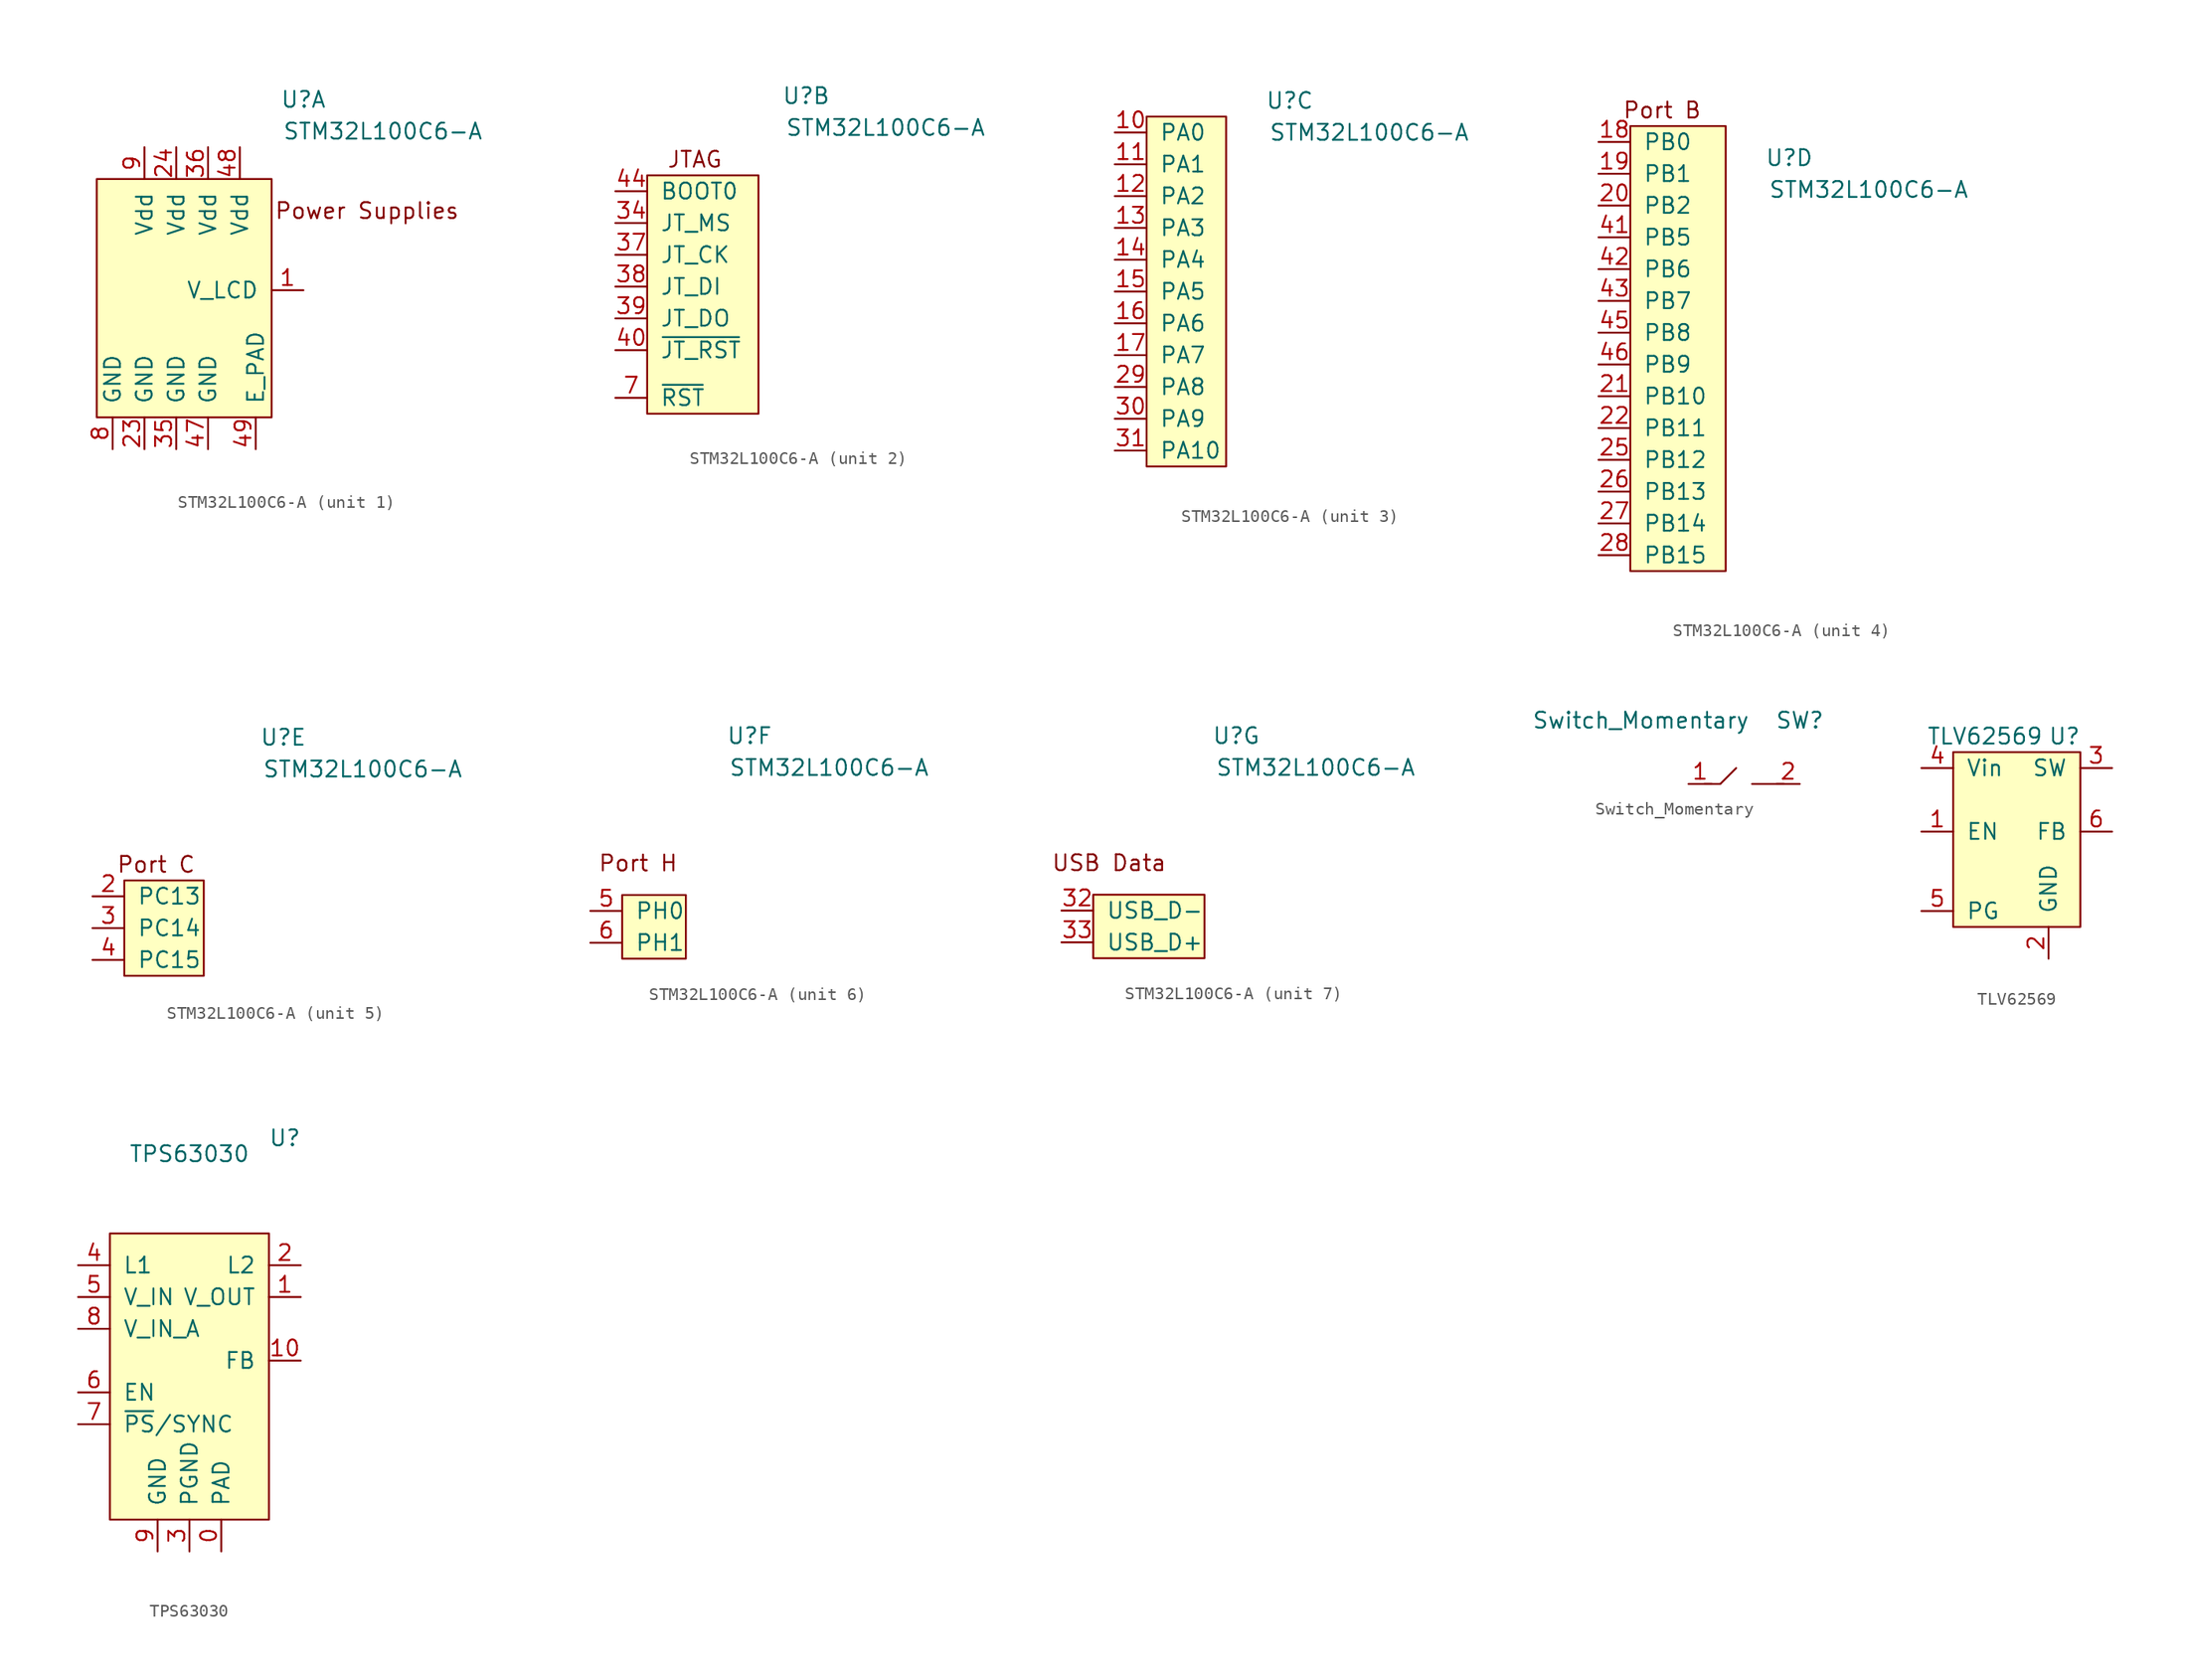
<source format=kicad_sym>
(kicad_symbol_lib
  (version 20210619)
  (generator kicad_symbol_editor)
  (symbol "Maxted Libs:STM32L100C6-A"
    (pin_names
      (offset 1.016))
    (property "Reference" "U"
      (at 10.16 15.24 0)
      (effects (font (size 1.27 1.27))))
    (property "Value" "STM32L100C6-A"
      (at 16.51 12.7 0)
      (effects (font (size 1.27 1.27))))
    (property "ki_locked" ""
      (at 0 0 0)
      (effects (font (size 1.27 1.27))))
    (symbol "STM32L100C6-A_1_0"
      (text "Power Supplies" (at 15.24 6.35 0) (effects (font (size 1.27 1.27)))))
    (symbol "STM32L100C6-A_1_1"
      (rectangle (start -6.35 -10.16) (end 7.62 8.89) (stroke (width 0)) (fill (type background)))
      (pin bidirectional line (at 10.16 0 180) (length 2.54) (name "V_LCD" (effects (font (size 1.27 1.27)))) (number "1" (effects (font (size 1.27 1.27)))))
      (pin bidirectional line (at -2.54 -12.7 90) (length 2.54) (name "GND" (effects (font (size 1.27 1.27)))) (number "23" (effects (font (size 1.27 1.27)))))
      (pin bidirectional line (at 0 11.43 270) (length 2.54) (name "Vdd" (effects (font (size 1.27 1.27)))) (number "24" (effects (font (size 1.27 1.27)))))
      (pin bidirectional line (at 0 -12.7 90) (length 2.54) (name "GND" (effects (font (size 1.27 1.27)))) (number "35" (effects (font (size 1.27 1.27)))))
      (pin bidirectional line (at 2.54 11.43 270) (length 2.54) (name "Vdd" (effects (font (size 1.27 1.27)))) (number "36" (effects (font (size 1.27 1.27)))))
      (pin bidirectional line (at 2.54 -12.7 90) (length 2.54) (name "GND" (effects (font (size 1.27 1.27)))) (number "47" (effects (font (size 1.27 1.27)))))
      (pin bidirectional line (at 5.08 11.43 270) (length 2.54) (name "Vdd" (effects (font (size 1.27 1.27)))) (number "48" (effects (font (size 1.27 1.27)))))
      (pin bidirectional line (at 6.35 -12.7 90) (length 2.54) (name "E_PAD" (effects (font (size 1.27 1.27)))) (number "49" (effects (font (size 1.27 1.27)))))
      (pin bidirectional line (at -5.08 -12.7 90) (length 2.54) (name "GND" (effects (font (size 1.27 1.27)))) (number "8" (effects (font (size 1.27 1.27)))))
      (pin bidirectional line (at -2.54 11.43 270) (length 2.54) (name "Vdd" (effects (font (size 1.27 1.27)))) (number "9" (effects (font (size 1.27 1.27))))))
    (symbol "STM32L100C6-A_2_0"
      (text "JTAG" (at 1.27 10.16 0) (effects (font (size 1.27 1.27)))))
    (symbol "STM32L100C6-A_2_1"
      (rectangle (start -2.54 8.89) (end 6.35 -10.16) (stroke (width 0)) (fill (type background)))
      (pin bidirectional line (at -5.08 5.08 0) (length 2.54) (name "JT_MS" (effects (font (size 1.27 1.27)))) (number "34" (effects (font (size 1.27 1.27)))))
      (pin bidirectional line (at -5.08 2.54 0) (length 2.54) (name "JT_CK" (effects (font (size 1.27 1.27)))) (number "37" (effects (font (size 1.27 1.27)))))
      (pin bidirectional line (at -5.08 0 0) (length 2.54) (name "JT_DI" (effects (font (size 1.27 1.27)))) (number "38" (effects (font (size 1.27 1.27)))))
      (pin bidirectional line (at -5.08 -2.54 0) (length 2.54) (name "JT_DO" (effects (font (size 1.27 1.27)))) (number "39" (effects (font (size 1.27 1.27)))))
      (pin bidirectional line (at -5.08 -5.08 0) (length 2.54) (name "~{JT_RST}" (effects (font (size 1.27 1.27)))) (number "40" (effects (font (size 1.27 1.27)))))
      (pin bidirectional line (at -5.08 7.62 0) (length 2.54) (name "BOOT0" (effects (font (size 1.27 1.27)))) (number "44" (effects (font (size 1.27 1.27)))))
      (pin bidirectional line (at -5.08 -8.89 0) (length 2.54) (name "~{RST}" (effects (font (size 1.27 1.27)))) (number "7" (effects (font (size 1.27 1.27))))))
    (symbol "STM32L100C6-A_3_1"
      (rectangle (start 5.08 -13.97) (end -1.27 13.97) (stroke (width 0)) (fill (type background)))
      (pin bidirectional line (at -3.81 12.7 0) (length 2.54) (name "PA0" (effects (font (size 1.27 1.27)))) (number "10" (effects (font (size 1.27 1.27)))))
      (pin bidirectional line (at -3.81 10.16 0) (length 2.54) (name "PA1" (effects (font (size 1.27 1.27)))) (number "11" (effects (font (size 1.27 1.27)))))
      (pin bidirectional line (at -3.81 7.62 0) (length 2.54) (name "PA2" (effects (font (size 1.27 1.27)))) (number "12" (effects (font (size 1.27 1.27)))))
      (pin bidirectional line (at -3.81 5.08 0) (length 2.54) (name "PA3" (effects (font (size 1.27 1.27)))) (number "13" (effects (font (size 1.27 1.27)))))
      (pin bidirectional line (at -3.81 2.54 0) (length 2.54) (name "PA4" (effects (font (size 1.27 1.27)))) (number "14" (effects (font (size 1.27 1.27)))))
      (pin bidirectional line (at -3.81 0 0) (length 2.54) (name "PA5" (effects (font (size 1.27 1.27)))) (number "15" (effects (font (size 1.27 1.27)))))
      (pin bidirectional line (at -3.81 -2.54 0) (length 2.54) (name "PA6" (effects (font (size 1.27 1.27)))) (number "16" (effects (font (size 1.27 1.27)))))
      (pin bidirectional line (at -3.81 -5.08 0) (length 2.54) (name "PA7" (effects (font (size 1.27 1.27)))) (number "17" (effects (font (size 1.27 1.27)))))
      (pin bidirectional line (at -3.81 -7.62 0) (length 2.54) (name "PA8" (effects (font (size 1.27 1.27)))) (number "29" (effects (font (size 1.27 1.27)))))
      (pin bidirectional line (at -3.81 -10.16 0) (length 2.54) (name "PA9" (effects (font (size 1.27 1.27)))) (number "30" (effects (font (size 1.27 1.27)))))
      (pin bidirectional line (at -3.81 -12.7 0) (length 2.54) (name "PA10" (effects (font (size 1.27 1.27)))) (number "31" (effects (font (size 1.27 1.27))))))
    (symbol "STM32L100C6-A_4_0"
      (text "Port B" (at 0 19.05 0) (effects (font (size 1.27 1.27)))))
    (symbol "STM32L100C6-A_4_1"
      (rectangle (start -2.54 17.78) (end 5.08 -17.78) (stroke (width 0)) (fill (type background)))
      (pin bidirectional line (at -5.08 16.51 0) (length 2.54) (name "PB0" (effects (font (size 1.27 1.27)))) (number "18" (effects (font (size 1.27 1.27)))))
      (pin bidirectional line (at -5.08 13.97 0) (length 2.54) (name "PB1" (effects (font (size 1.27 1.27)))) (number "19" (effects (font (size 1.27 1.27)))))
      (pin bidirectional line (at -5.08 11.43 0) (length 2.54) (name "PB2" (effects (font (size 1.27 1.27)))) (number "20" (effects (font (size 1.27 1.27)))))
      (pin bidirectional line (at -5.08 -3.81 0) (length 2.54) (name "PB10" (effects (font (size 1.27 1.27)))) (number "21" (effects (font (size 1.27 1.27)))))
      (pin bidirectional line (at -5.08 -6.35 0) (length 2.54) (name "PB11" (effects (font (size 1.27 1.27)))) (number "22" (effects (font (size 1.27 1.27)))))
      (pin bidirectional line (at -5.08 -8.89 0) (length 2.54) (name "PB12" (effects (font (size 1.27 1.27)))) (number "25" (effects (font (size 1.27 1.27)))))
      (pin bidirectional line (at -5.08 -11.43 0) (length 2.54) (name "PB13" (effects (font (size 1.27 1.27)))) (number "26" (effects (font (size 1.27 1.27)))))
      (pin bidirectional line (at -5.08 -13.97 0) (length 2.54) (name "PB14" (effects (font (size 1.27 1.27)))) (number "27" (effects (font (size 1.27 1.27)))))
      (pin bidirectional line (at -5.08 -16.51 0) (length 2.54) (name "PB15" (effects (font (size 1.27 1.27)))) (number "28" (effects (font (size 1.27 1.27)))))
      (pin bidirectional line (at -5.08 8.89 0) (length 2.54) (name "PB5" (effects (font (size 1.27 1.27)))) (number "41" (effects (font (size 1.27 1.27)))))
      (pin bidirectional line (at -5.08 6.35 0) (length 2.54) (name "PB6" (effects (font (size 1.27 1.27)))) (number "42" (effects (font (size 1.27 1.27)))))
      (pin bidirectional line (at -5.08 3.81 0) (length 2.54) (name "PB7" (effects (font (size 1.27 1.27)))) (number "43" (effects (font (size 1.27 1.27)))))
      (pin bidirectional line (at -5.08 1.27 0) (length 2.54) (name "PB8" (effects (font (size 1.27 1.27)))) (number "45" (effects (font (size 1.27 1.27)))))
      (pin bidirectional line (at -5.08 -1.27 0) (length 2.54) (name "PB9" (effects (font (size 1.27 1.27)))) (number "46" (effects (font (size 1.27 1.27))))))
    (symbol "STM32L100C6-A_5_0"
      (text "Port C" (at 0 5.08 0) (effects (font (size 1.27 1.27))))
      (rectangle (start -2.54 3.81) (end 3.81 -3.81) (stroke (width 0)) (fill (type background))))
    (symbol "STM32L100C6-A_5_1"
      (pin bidirectional line (at -5.08 2.54 0) (length 2.54) (name "PC13" (effects (font (size 1.27 1.27)))) (number "2" (effects (font (size 1.27 1.27)))))
      (pin bidirectional line (at -5.08 0 0) (length 2.54) (name "PC14" (effects (font (size 1.27 1.27)))) (number "3" (effects (font (size 1.27 1.27)))))
      (pin bidirectional line (at -5.08 -2.54 0) (length 2.54) (name "PC15" (effects (font (size 1.27 1.27)))) (number "4" (effects (font (size 1.27 1.27))))))
    (symbol "STM32L100C6-A_6_0"
      (text "Port H" (at 1.27 5.08 0) (effects (font (size 1.27 1.27)))))
    (symbol "STM32L100C6-A_6_1"
      (rectangle (start 0 2.54) (end 5.08 -2.54) (stroke (width 0)) (fill (type background)))
      (pin bidirectional line (at -2.54 1.27 0) (length 2.54) (name "PH0" (effects (font (size 1.27 1.27)))) (number "5" (effects (font (size 1.27 1.27)))))
      (pin bidirectional line (at -2.54 -1.27 0) (length 2.54) (name "PH1" (effects (font (size 1.27 1.27)))) (number "6" (effects (font (size 1.27 1.27))))))
    (symbol "STM32L100C6-A_7_0"
      (text "USB Data" (at 0 5.08 0) (effects (font (size 1.27 1.27)))))
    (symbol "STM32L100C6-A_7_1"
      (rectangle (start -1.27 2.54) (end 7.62 -2.54) (stroke (width 0)) (fill (type background)))
      (pin bidirectional line (at -3.81 1.27 0) (length 2.54) (name "USB_D-" (effects (font (size 1.27 1.27)))) (number "32" (effects (font (size 1.27 1.27)))))
      (pin bidirectional line (at -3.81 -1.27 0) (length 2.54) (name "USB_D+" (effects (font (size 1.27 1.27)))) (number "33" (effects (font (size 1.27 1.27)))))))
  (symbol "Maxted Libs:Switch_Momentary"
    (pin_names
      (offset 1.016))
    (property "Reference" "SW"
      (at 5.08 5.08 0)
      (effects (font (size 1.27 1.27))))
    (property "Value" "Switch_Momentary"
      (at -7.62 5.08 0)
      (effects (font (size 1.27 1.27))))
    (symbol "Switch_Momentary_0_1"
      (polyline (pts (xy -2.54 0) (xy -1.27 0)) (stroke (width 0)) (fill (type none)))
      (polyline (pts (xy -1.27 0) (xy 0 1.27)) (stroke (width 0)) (fill (type none)))
      (polyline (pts (xy 1.27 0) (xy 3.81 0)) (stroke (width 0)) (fill (type none))))
    (symbol "Switch_Momentary_1_1"
      (pin passive line (at -3.81 0 0) (length 1.854) (name "~" (effects (font (size 1.27 1.27)))) (number "1" (effects (font (size 1.27 1.27)))))
      (pin passive line (at 5.08 0 180) (length 1.854) (name "~" (effects (font (size 1.27 1.27)))) (number "2" (effects (font (size 1.27 1.27)))))
      (pin passive line (at -3.81 0 0) (length 1.854) hide (name "~" (effects (font (size 1.27 1.27)))) (number "3" (effects (font (size 1.27 1.27)))))
      (pin passive line (at 5.08 0 180) (length 1.854) hide (name "~" (effects (font (size 1.27 1.27)))) (number "4" (effects (font (size 1.27 1.27)))))))
  (symbol "Maxted Libs:TLV62569"
    (pin_names
      (offset 1.016))
    (property "Reference" "U"
      (at 5.08 8.89 0)
      (effects (font (size 1.27 1.27))))
    (property "Value" "TLV62569"
      (at -1.27 8.89 0)
      (effects (font (size 1.27 1.27))))
    (symbol "TLV62569_0_1"
      (rectangle (start -3.81 7.62) (end 6.35 -6.35) (stroke (width 0)) (fill (type background))))
    (symbol "TLV62569_1_1"
      (pin input line (at -6.35 1.27 0) (length 2.54) (name "EN" (effects (font (size 1.27 1.27)))) (number "1" (effects (font (size 1.27 1.27)))))
      (pin power_in line (at 3.81 -8.89 90) (length 2.54) (name "GND" (effects (font (size 1.27 1.27)))) (number "2" (effects (font (size 1.27 1.27)))))
      (pin power_out line (at 8.89 6.35 180) (length 2.54) (name "SW" (effects (font (size 1.27 1.27)))) (number "3" (effects (font (size 1.27 1.27)))))
      (pin power_in line (at -6.35 6.35 0) (length 2.54) (name "Vin" (effects (font (size 1.27 1.27)))) (number "4" (effects (font (size 1.27 1.27)))))
      (pin output line (at -6.35 -5.08 0) (length 2.54) (name "PG" (effects (font (size 1.27 1.27)))) (number "5" (effects (font (size 1.27 1.27)))))
      (pin input line (at 8.89 1.27 180) (length 2.54) (name "FB" (effects (font (size 1.27 1.27)))) (number "6" (effects (font (size 1.27 1.27)))))))
  (symbol "Maxted Libs:TPS63030"
    (pin_names
      (offset 1.016))
    (property "Reference" "U"
      (at 7.62 19.05 0)
      (effects (font (size 1.27 1.27))))
    (property "Value" "TPS63030"
      (at 0 17.78 0)
      (effects (font (size 1.27 1.27))))
    (symbol "TPS63030_0_1"
      (rectangle (start -6.35 11.43) (end 6.35 -11.43) (stroke (width 0)) (fill (type background))))
    (symbol "TPS63030_1_1"
      (pin power_in line (at 2.54 -13.97 90) (length 2.54) (name "PAD" (effects (font (size 1.27 1.27)))) (number "0" (effects (font (size 1.27 1.27)))))
      (pin power_out line (at 8.89 6.35 180) (length 2.54) (name "V_OUT" (effects (font (size 1.27 1.27)))) (number "1" (effects (font (size 1.27 1.27)))))
      (pin input line (at 8.89 1.27 180) (length 2.54) (name "FB" (effects (font (size 1.27 1.27)))) (number "10" (effects (font (size 1.27 1.27)))))
      (pin bidirectional line (at 8.89 8.89 180) (length 2.54) (name "L2" (effects (font (size 1.27 1.27)))) (number "2" (effects (font (size 1.27 1.27)))))
      (pin power_in line (at 0 -13.97 90) (length 2.54) (name "PGND" (effects (font (size 1.27 1.27)))) (number "3" (effects (font (size 1.27 1.27)))))
      (pin bidirectional line (at -8.89 8.89 0) (length 2.54) (name "L1" (effects (font (size 1.27 1.27)))) (number "4" (effects (font (size 1.27 1.27)))))
      (pin power_in line (at -8.89 6.35 0) (length 2.54) (name "V_IN" (effects (font (size 1.27 1.27)))) (number "5" (effects (font (size 1.27 1.27)))))
      (pin input line (at -8.89 -1.27 0) (length 2.54) (name "EN" (effects (font (size 1.27 1.27)))) (number "6" (effects (font (size 1.27 1.27)))))
      (pin input line (at -8.89 -3.81 0) (length 2.54) (name "~{PS}/SYNC" (effects (font (size 1.27 1.27)))) (number "7" (effects (font (size 1.27 1.27)))))
      (pin power_in line (at -8.89 3.81 0) (length 2.54) (name "V_IN_A" (effects (font (size 1.27 1.27)))) (number "8" (effects (font (size 1.27 1.27)))))
      (pin power_in line (at -2.54 -13.97 90) (length 2.54) (name "GND" (effects (font (size 1.27 1.27)))) (number "9" (effects (font (size 1.27 1.27))))))))
</source>
